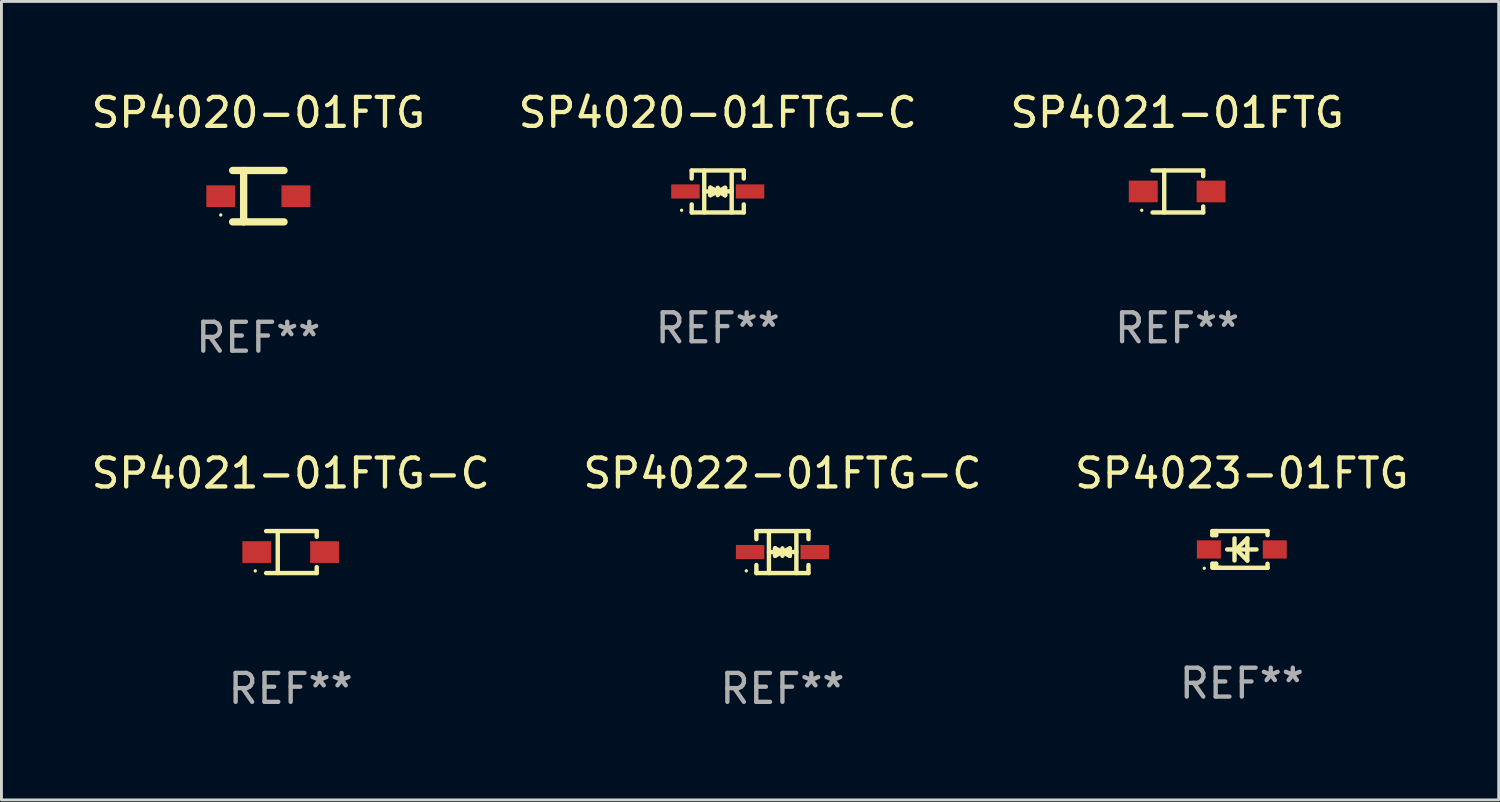
<source format=kicad_pcb>
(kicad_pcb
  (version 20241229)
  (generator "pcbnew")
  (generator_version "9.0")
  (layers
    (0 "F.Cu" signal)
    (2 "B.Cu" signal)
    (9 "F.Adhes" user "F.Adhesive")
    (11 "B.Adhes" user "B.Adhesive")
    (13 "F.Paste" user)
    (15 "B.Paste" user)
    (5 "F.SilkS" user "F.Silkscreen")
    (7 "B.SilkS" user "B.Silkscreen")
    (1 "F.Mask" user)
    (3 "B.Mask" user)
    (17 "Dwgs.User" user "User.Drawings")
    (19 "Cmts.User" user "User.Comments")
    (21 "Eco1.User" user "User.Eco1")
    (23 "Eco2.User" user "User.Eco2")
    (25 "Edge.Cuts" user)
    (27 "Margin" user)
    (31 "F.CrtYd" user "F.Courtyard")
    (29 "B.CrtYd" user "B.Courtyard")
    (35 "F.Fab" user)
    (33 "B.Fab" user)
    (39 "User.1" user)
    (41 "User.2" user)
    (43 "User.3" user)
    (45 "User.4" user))
  (footprint "SP4020-01FTG"
    (layer "F.Cu")
    (at 5.887 3.737)
    (property "Reference" "SP4020-01FTG" (at 0 -2.889 0) (layer "F.SilkS") (effects (font (size 1 1) (thickness 0.15))))
    (attr through_hole)
    (fp_line (start -0.889 -0.889) (end 0.889 -0.889) (stroke (width 0.254) (type solid)) (layer "F.SilkS"))
    (fp_line (start -0.889 0.889) (end 0.889 0.889) (stroke (width 0.254) (type solid)) (layer "F.SilkS"))
    (fp_line (start -0.508 -0.889) (end -0.508 0.889) (stroke (width 0.254) (type solid)) (layer "F.SilkS"))
    (fp_circle (center -1.3 0.65) (end -1.27 0.65) (stroke (width 0.06) (type solid)) (fill no) (layer "F.SilkS"))
    (fp_text user "REF**" (at 0 4.889 0) (layer "F.Fab") (effects (font (size 1 1) (thickness 0.15))))
    (pad "1" smd rect (at -1.3 0) (size 1 0.75) (layers "F.Cu" "F.Mask" "F.Paste"))
    (pad "2" smd rect (at 1.3 0) (size 1 0.75) (layers "F.Cu" "F.Mask" "F.Paste")))
  (footprint "SP4021-01FTG-C"
    (layer "F.Cu")
    (at 7.006 16.049)
    (property "Reference" "SP4021-01FTG-C" (at 0 -2.726 0) (layer "F.SilkS") (effects (font (size 1 1) (thickness 0.15))))
    (attr through_hole)
    (fp_line (start -0.851 -0.726) (end 0.901 -0.726) (stroke (width 0.152) (type solid)) (layer "F.SilkS"))
    (fp_line (start -0.851 0.726) (end 0.901 0.726) (stroke (width 0.152) (type solid)) (layer "F.SilkS"))
    (fp_line (start -0.447 -0.726) (end -0.447 0.726) (stroke (width 0.152) (type solid)) (layer "F.SilkS"))
    (fp_line (start 0.901 -0.726) (end 0.901 -0.53) (stroke (width 0.152) (type solid)) (layer "F.SilkS"))
    (fp_line (start 0.901 0.726) (end 0.901 0.52) (stroke (width 0.152) (type solid)) (layer "F.SilkS"))
    (fp_circle (center -1.225 0.65) (end -1.195 0.65) (stroke (width 0.06) (type solid)) (fill no) (layer "F.SilkS"))
    (fp_text user "REF**" (at 0 4.726 0) (layer "F.Fab") (effects (font (size 1 1) (thickness 0.15))))
    (pad "1" smd rect (at -1.173 0) (size 1 0.75) (layers "F.Cu" "F.Mask" "F.Paste"))
    (pad "2" smd rect (at 1.173 0) (size 1 0.75) (layers "F.Cu" "F.Mask" "F.Paste")))
  (footprint "SP4020-01FTG-C"
    (layer "F.Cu")
    (at 21.78 3.574)
    (property "Reference" "SP4020-01FTG-C" (at 0 -2.726 0) (layer "F.SilkS") (effects (font (size 1 1) (thickness 0.15))))
    (attr through_hole)
    (fp_line (start -0.901 -0.726) (end -0.901 -0.448) (stroke (width 0.152) (type solid)) (layer "F.SilkS"))
    (fp_line (start -0.901 0.726) (end -0.901 0.448) (stroke (width 0.152) (type solid)) (layer "F.SilkS"))
    (fp_line (start -0.467 0) (end 0.483 -0.003) (stroke (width 0.154) (type solid)) (layer "F.SilkS"))
    (fp_line (start -0.467 0.726) (end -0.467 -0.726) (stroke (width 0.152) (type solid)) (layer "F.SilkS"))
    (fp_line (start -0.254 -0.127) (end -0.254 -0.127) (stroke (width 0.154) (type solid)) (layer "F.SilkS"))
    (fp_line (start -0.254 -0.127) (end -0.002 -0.003) (stroke (width 0.154) (type solid)) (layer "F.SilkS"))
    (fp_line (start -0.254 0.127) (end -0.254 -0.127) (stroke (width 0.154) (type solid)) (layer "F.SilkS"))
    (fp_line (start -0.127 0) (end 0.003 0) (stroke (width 0.154) (type solid)) (layer "F.SilkS"))
    (fp_line (start -0.003 0) (end -0.254 0.127) (stroke (width 0.154) (type solid)) (layer "F.SilkS"))
    (fp_line (start 0 -0.127) (end 0 0.127) (stroke (width 0.154) (type solid)) (layer "F.SilkS"))
    (fp_line (start 0.003 0) (end 0.254 -0.127) (stroke (width 0.154) (type solid)) (layer "F.SilkS"))
    (fp_line (start 0.127 0) (end -0.003 0) (stroke (width 0.154) (type solid)) (layer "F.SilkS"))
    (fp_line (start 0.254 -0.127) (end 0.254 0.127) (stroke (width 0.154) (type solid)) (layer "F.SilkS"))
    (fp_line (start 0.254 0.127) (end 0.002 0.003) (stroke (width 0.154) (type solid)) (layer "F.SilkS"))
    (fp_line (start 0.254 0.127) (end 0.254 0.127) (stroke (width 0.154) (type solid)) (layer "F.SilkS"))
    (fp_line (start 0.483 0.726) (end 0.483 -0.726) (stroke (width 0.152) (type solid)) (layer "F.SilkS"))
    (fp_line (start 0.901 -0.726) (end -0.901 -0.726) (stroke (width 0.152) (type solid)) (layer "F.SilkS"))
    (fp_line (start 0.901 -0.726) (end 0.901 -0.448) (stroke (width 0.152) (type solid)) (layer "F.SilkS"))
    (fp_line (start 0.901 0.726) (end -0.901 0.726) (stroke (width 0.152) (type solid)) (layer "F.SilkS"))
    (fp_line (start 0.901 0.726) (end 0.901 0.448) (stroke (width 0.152) (type solid)) (layer "F.SilkS"))
    (fp_circle (center -1.25 0.65) (end -1.22 0.65) (stroke (width 0.06) (type solid)) (fill no) (layer "F.SilkS"))
    (fp_text user "REF**" (at 0 4.726 0) (layer "F.Fab") (effects (font (size 1 1) (thickness 0.15))))
    (pad "1" smd rect (at -1.118 0) (size 0.985 0.49) (layers "F.Cu" "F.Mask" "F.Paste"))
    (pad "2" smd rect (at 1.118 0) (size 0.985 0.49) (layers "F.Cu" "F.Mask" "F.Paste")))
  (footprint "SP4022-01FTG-C"
    (layer "F.Cu")
    (at 24.018 16.049)
    (property "Reference" "SP4022-01FTG-C" (at 0 -2.726 0) (layer "F.SilkS") (effects (font (size 1 1) (thickness 0.15))))
    (attr through_hole)
    (fp_line (start -0.901 -0.726) (end -0.901 -0.448) (stroke (width 0.152) (type solid)) (layer "F.SilkS"))
    (fp_line (start -0.901 0.726) (end -0.901 0.448) (stroke (width 0.152) (type solid)) (layer "F.SilkS"))
    (fp_line (start -0.467 0) (end 0.483 -0.003) (stroke (width 0.154) (type solid)) (layer "F.SilkS"))
    (fp_line (start -0.467 0.726) (end -0.467 -0.726) (stroke (width 0.152) (type solid)) (layer "F.SilkS"))
    (fp_line (start -0.254 -0.127) (end -0.254 -0.127) (stroke (width 0.154) (type solid)) (layer "F.SilkS"))
    (fp_line (start -0.254 -0.127) (end -0.002 -0.003) (stroke (width 0.154) (type solid)) (layer "F.SilkS"))
    (fp_line (start -0.254 0.127) (end -0.254 -0.127) (stroke (width 0.154) (type solid)) (layer "F.SilkS"))
    (fp_line (start -0.127 0) (end 0.003 0) (stroke (width 0.154) (type solid)) (layer "F.SilkS"))
    (fp_line (start -0.003 0) (end -0.254 0.127) (stroke (width 0.154) (type solid)) (layer "F.SilkS"))
    (fp_line (start 0 -0.127) (end 0 0.127) (stroke (width 0.154) (type solid)) (layer "F.SilkS"))
    (fp_line (start 0.003 0) (end 0.254 -0.127) (stroke (width 0.154) (type solid)) (layer "F.SilkS"))
    (fp_line (start 0.127 0) (end -0.003 0) (stroke (width 0.154) (type solid)) (layer "F.SilkS"))
    (fp_line (start 0.254 -0.127) (end 0.254 0.127) (stroke (width 0.154) (type solid)) (layer "F.SilkS"))
    (fp_line (start 0.254 0.127) (end 0.002 0.003) (stroke (width 0.154) (type solid)) (layer "F.SilkS"))
    (fp_line (start 0.254 0.127) (end 0.254 0.127) (stroke (width 0.154) (type solid)) (layer "F.SilkS"))
    (fp_line (start 0.483 0.726) (end 0.483 -0.726) (stroke (width 0.152) (type solid)) (layer "F.SilkS"))
    (fp_line (start 0.901 -0.726) (end -0.901 -0.726) (stroke (width 0.152) (type solid)) (layer "F.SilkS"))
    (fp_line (start 0.901 -0.726) (end 0.901 -0.448) (stroke (width 0.152) (type solid)) (layer "F.SilkS"))
    (fp_line (start 0.901 0.726) (end -0.901 0.726) (stroke (width 0.152) (type solid)) (layer "F.SilkS"))
    (fp_line (start 0.901 0.726) (end 0.901 0.448) (stroke (width 0.152) (type solid)) (layer "F.SilkS"))
    (fp_circle (center -1.25 0.65) (end -1.22 0.65) (stroke (width 0.06) (type solid)) (fill no) (layer "F.SilkS"))
    (fp_text user "REF**" (at 0 4.726 0) (layer "F.Fab") (effects (font (size 1 1) (thickness 0.15))))
    (pad "1" smd rect (at -1.118 0) (size 0.985 0.49) (layers "F.Cu" "F.Mask" "F.Paste"))
    (pad "2" smd rect (at 1.118 0) (size 0.985 0.49) (layers "F.Cu" "F.Mask" "F.Paste")))
  (footprint "SP4023-01FTG"
    (layer "F.Cu")
    (at 39.911 15.958)
    (property "Reference" "SP4023-01FTG" (at 0 -2.635 0) (layer "F.SilkS") (effects (font (size 1 1) (thickness 0.15))))
    (attr through_hole)
    (fp_line (start -1.02 -0.635) (end -1.02 -0.495) (stroke (width 0.152) (type solid)) (layer "F.SilkS"))
    (fp_line (start -1.02 -0.495) (end -0.889 -0.495) (stroke (width 0.152) (type solid)) (layer "F.SilkS"))
    (fp_line (start -1.02 0.495) (end -1.02 0.62) (stroke (width 0.152) (type solid)) (layer "F.SilkS"))
    (fp_line (start -1.02 0.495) (end -0.889 0.495) (stroke (width 0.152) (type solid)) (layer "F.SilkS"))
    (fp_line (start -0.889 -0.635) (end -1.02 -0.635) (stroke (width 0.152) (type solid)) (layer "F.SilkS"))
    (fp_line (start -0.889 -0.635) (end -0.889 -0.595) (stroke (width 0.152) (type solid)) (layer "F.SilkS"))
    (fp_line (start -0.889 -0.635) (end 0.889 -0.635) (stroke (width 0.152) (type solid)) (layer "F.SilkS"))
    (fp_line (start -0.889 -0.495) (end -0.889 -0.635) (stroke (width 0.152) (type solid)) (layer "F.SilkS"))
    (fp_line (start -0.889 0.595) (end -0.889 0.495) (stroke (width 0.152) (type solid)) (layer "F.SilkS"))
    (fp_line (start -0.889 0.595) (end -0.889 0.635) (stroke (width 0.152) (type solid)) (layer "F.SilkS"))
    (fp_line (start -0.889 0.635) (end 0.889 0.635) (stroke (width 0.152) (type solid)) (layer "F.SilkS"))
    (fp_line (start -0.776 0.635) (end -1.014 0.635) (stroke (width 0.152) (type solid)) (layer "F.SilkS"))
    (fp_line (start -0.254 -0.381) (end -0.254 0.381) (stroke (width 0.152) (type solid)) (layer "F.SilkS"))
    (fp_line (start -0.191 0) (end 0.19 -0.381) (stroke (width 0.152) (type solid)) (layer "F.SilkS"))
    (fp_line (start 0.19 -0.381) (end 0.19 0.381) (stroke (width 0.152) (type solid)) (layer "F.SilkS"))
    (fp_line (start 0.19 0.381) (end -0.191 0) (stroke (width 0.152) (type solid)) (layer "F.SilkS"))
    (fp_line (start 0.508 0) (end -0.508 0) (stroke (width 0.152) (type solid)) (layer "F.SilkS"))
    (fp_line (start 0.889 -0.635) (end 0.889 -0.495) (stroke (width 0.152) (type solid)) (layer "F.SilkS"))
    (fp_line (start 0.889 0.495) (end 0.889 0.635) (stroke (width 0.152) (type solid)) (layer "F.SilkS"))
    (fp_circle (center -1.3 0.65) (end -1.27 0.65) (stroke (width 0.06) (type solid)) (fill no) (layer "F.SilkS"))
    (fp_text user "REF**" (at 0 4.635 0) (layer "F.Fab") (effects (font (size 1 1) (thickness 0.15))))
    (pad "1" smd rect (at -1.14 0 90) (size 0.63 0.83) (layers "F.Cu" "F.Mask" "F.Paste"))
    (pad "2" smd rect (at 1.14 0 90) (size 0.63 0.83) (layers "F.Cu" "F.Mask" "F.Paste")))
  (footprint "SP4021-01FTG"
    (layer "F.Cu")
    (at 37.673 3.574)
    (property "Reference" "SP4021-01FTG" (at 0 -2.726 0) (layer "F.SilkS") (effects (font (size 1 1) (thickness 0.15))))
    (attr through_hole)
    (fp_line (start -0.851 -0.726) (end 0.901 -0.726) (stroke (width 0.152) (type solid)) (layer "F.SilkS"))
    (fp_line (start -0.851 0.726) (end 0.901 0.726) (stroke (width 0.152) (type solid)) (layer "F.SilkS"))
    (fp_line (start -0.447 -0.726) (end -0.447 0.726) (stroke (width 0.152) (type solid)) (layer "F.SilkS"))
    (fp_line (start 0.901 -0.726) (end 0.901 -0.53) (stroke (width 0.152) (type solid)) (layer "F.SilkS"))
    (fp_line (start 0.901 0.726) (end 0.901 0.52) (stroke (width 0.152) (type solid)) (layer "F.SilkS"))
    (fp_circle (center -1.225 0.65) (end -1.195 0.65) (stroke (width 0.06) (type solid)) (fill no) (layer "F.SilkS"))
    (fp_text user "REF**" (at 0 4.726 0) (layer "F.Fab") (effects (font (size 1 1) (thickness 0.15))))
    (pad "1" smd rect (at -1.173 0) (size 1 0.75) (layers "F.Cu" "F.Mask" "F.Paste"))
    (pad "2" smd rect (at 1.173 0) (size 1 0.75) (layers "F.Cu" "F.Mask" "F.Paste")))
  (gr_rect
    (start -3 -3)
    (end 48.798 24.623)
    (stroke (width 0.1) (type default))
    (fill no)
    (layer "Edge.Cuts")))
</source>
